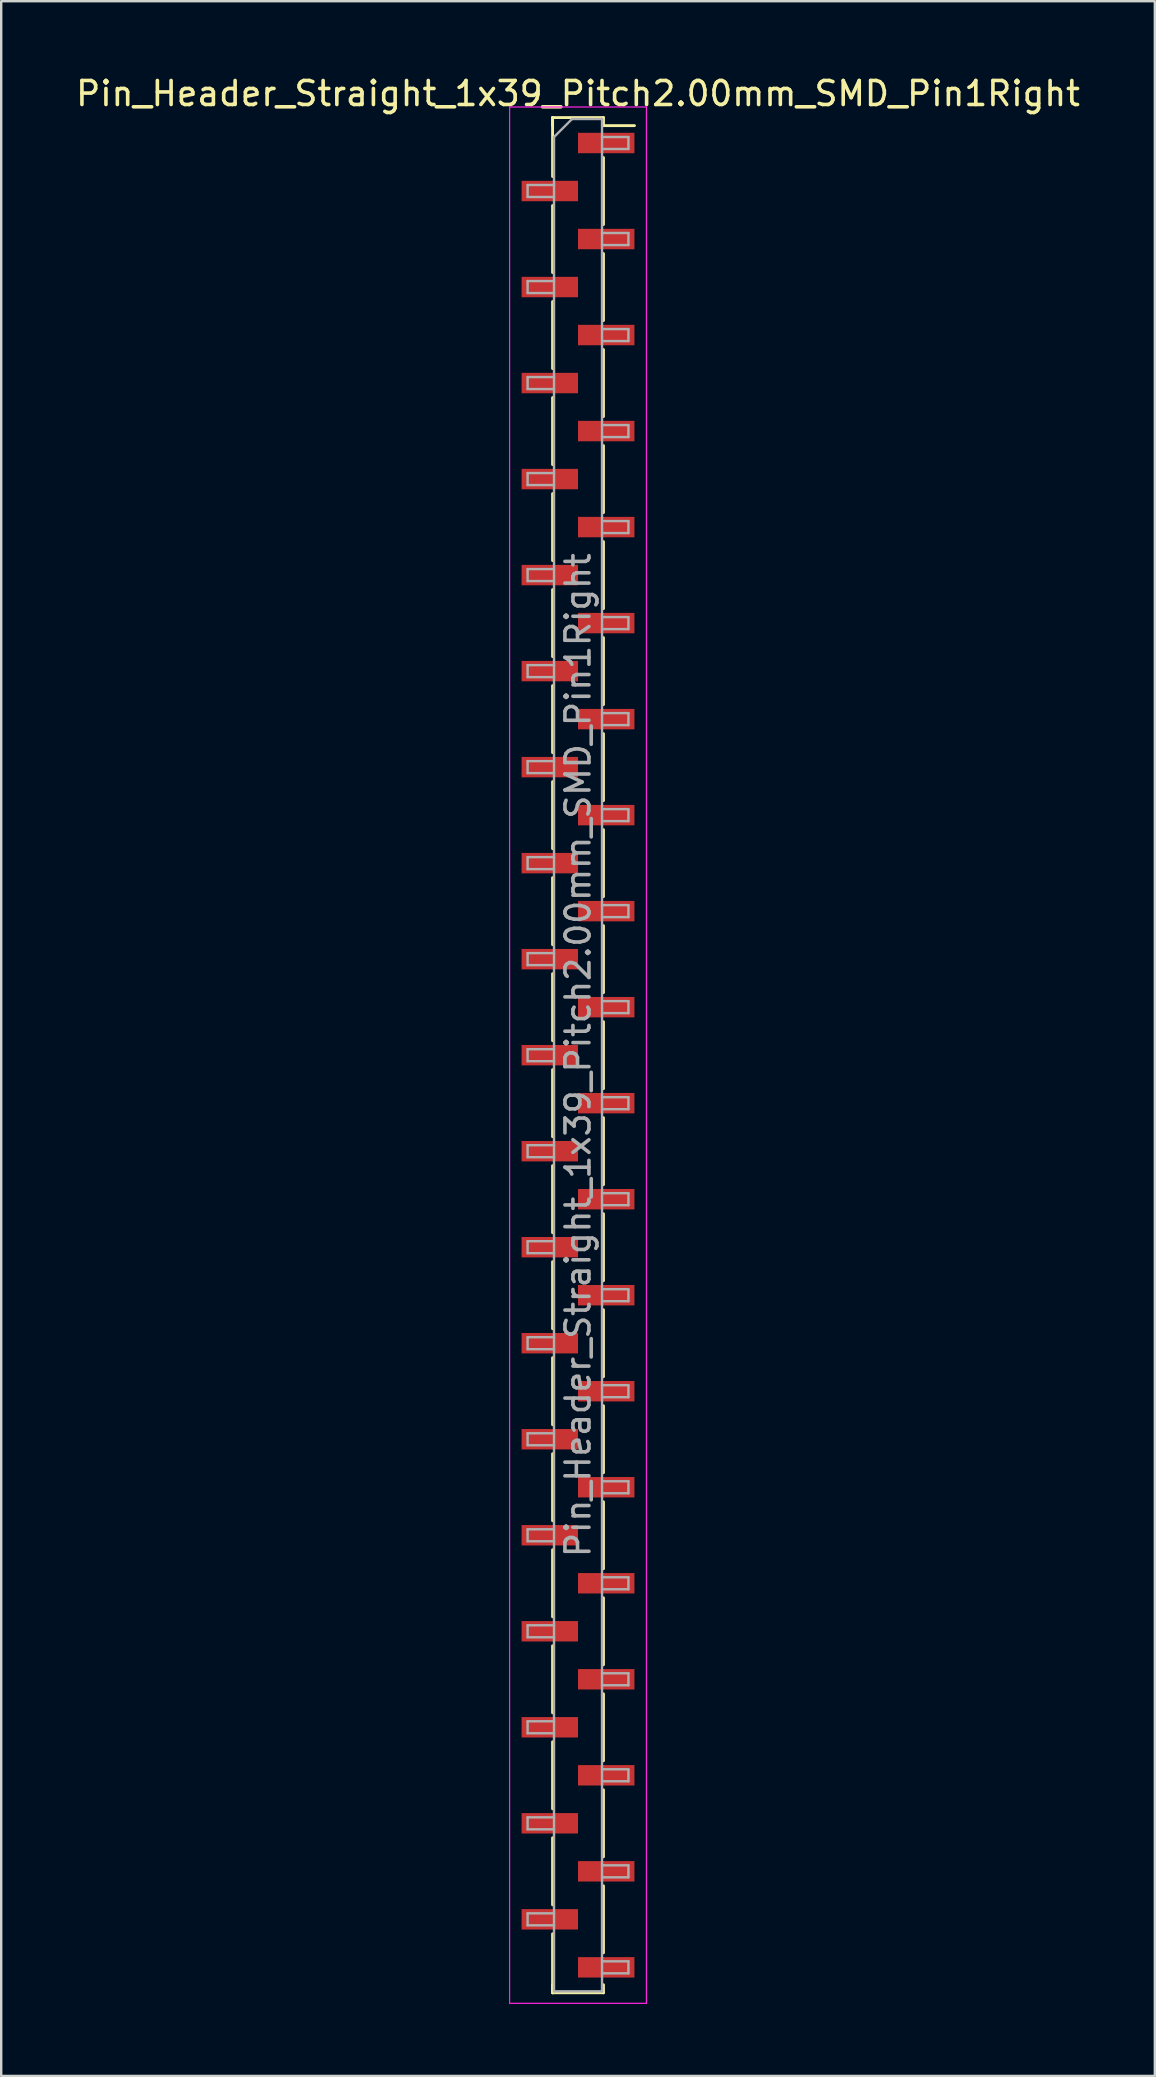
<source format=kicad_pcb>
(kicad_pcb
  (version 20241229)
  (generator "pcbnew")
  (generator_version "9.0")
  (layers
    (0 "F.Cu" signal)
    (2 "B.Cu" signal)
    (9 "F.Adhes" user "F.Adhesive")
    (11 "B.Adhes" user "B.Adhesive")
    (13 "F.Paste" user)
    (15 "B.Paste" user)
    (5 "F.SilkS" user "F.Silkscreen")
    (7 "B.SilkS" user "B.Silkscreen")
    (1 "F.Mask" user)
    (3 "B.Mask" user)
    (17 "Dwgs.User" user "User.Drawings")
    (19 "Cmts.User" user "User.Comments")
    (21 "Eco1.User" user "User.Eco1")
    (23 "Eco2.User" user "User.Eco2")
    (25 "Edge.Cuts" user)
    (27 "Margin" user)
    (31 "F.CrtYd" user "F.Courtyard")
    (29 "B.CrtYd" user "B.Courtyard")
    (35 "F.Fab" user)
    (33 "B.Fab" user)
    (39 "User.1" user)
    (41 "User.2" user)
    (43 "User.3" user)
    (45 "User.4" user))
  (footprint "Pin_Header_Straight_1x39_Pitch2.00mm_SMD_Pin1Right"
    (layer "F.Cu")
    (at 21.03 40.908)
    (property "Reference" "Pin_Header_Straight_1x39_Pitch2.00mm_SMD_Pin1Right" (at 0 -40.06 0) (layer "F.SilkS") (effects (font (size 1 1) (thickness 0.15))))
    (attr smd)
    (fp_line (start -1.06 -39.06) (end -1.06 -36.605) (stroke (width 0.12) (type solid)) (layer "F.SilkS"))
    (fp_line (start -1.06 -39.06) (end 1.06 -39.06) (stroke (width 0.12) (type solid)) (layer "F.SilkS"))
    (fp_line (start -1.06 -38.725) (end -1.06 -39.06) (stroke (width 0.12) (type solid)) (layer "F.SilkS"))
    (fp_line (start -1.06 -35.395) (end -1.06 -32.605) (stroke (width 0.12) (type solid)) (layer "F.SilkS"))
    (fp_line (start -1.06 -31.395) (end -1.06 -28.605) (stroke (width 0.12) (type solid)) (layer "F.SilkS"))
    (fp_line (start -1.06 -27.395) (end -1.06 -24.605) (stroke (width 0.12) (type solid)) (layer "F.SilkS"))
    (fp_line (start -1.06 -23.395) (end -1.06 -20.605) (stroke (width 0.12) (type solid)) (layer "F.SilkS"))
    (fp_line (start -1.06 -19.395) (end -1.06 -16.605) (stroke (width 0.12) (type solid)) (layer "F.SilkS"))
    (fp_line (start -1.06 -15.395) (end -1.06 -12.605) (stroke (width 0.12) (type solid)) (layer "F.SilkS"))
    (fp_line (start -1.06 -11.395) (end -1.06 -8.605) (stroke (width 0.12) (type solid)) (layer "F.SilkS"))
    (fp_line (start -1.06 -7.395) (end -1.06 -4.605) (stroke (width 0.12) (type solid)) (layer "F.SilkS"))
    (fp_line (start -1.06 -3.395) (end -1.06 -0.605) (stroke (width 0.12) (type solid)) (layer "F.SilkS"))
    (fp_line (start -1.06 0.605) (end -1.06 3.395) (stroke (width 0.12) (type solid)) (layer "F.SilkS"))
    (fp_line (start -1.06 4.605) (end -1.06 7.395) (stroke (width 0.12) (type solid)) (layer "F.SilkS"))
    (fp_line (start -1.06 8.605) (end -1.06 11.395) (stroke (width 0.12) (type solid)) (layer "F.SilkS"))
    (fp_line (start -1.06 12.605) (end -1.06 15.395) (stroke (width 0.12) (type solid)) (layer "F.SilkS"))
    (fp_line (start -1.06 16.605) (end -1.06 19.395) (stroke (width 0.12) (type solid)) (layer "F.SilkS"))
    (fp_line (start -1.06 20.605) (end -1.06 23.395) (stroke (width 0.12) (type solid)) (layer "F.SilkS"))
    (fp_line (start -1.06 24.605) (end -1.06 27.395) (stroke (width 0.12) (type solid)) (layer "F.SilkS"))
    (fp_line (start -1.06 28.605) (end -1.06 31.395) (stroke (width 0.12) (type solid)) (layer "F.SilkS"))
    (fp_line (start -1.06 32.605) (end -1.06 35.395) (stroke (width 0.12) (type solid)) (layer "F.SilkS"))
    (fp_line (start -1.06 36.605) (end -1.06 39.06) (stroke (width 0.12) (type solid)) (layer "F.SilkS"))
    (fp_line (start -1.06 38.725) (end -1.06 39.06) (stroke (width 0.12) (type solid)) (layer "F.SilkS"))
    (fp_line (start -1.06 39.06) (end 1.06 39.06) (stroke (width 0.12) (type solid)) (layer "F.SilkS"))
    (fp_line (start 1.06 -39.06) (end 1.06 -38.725) (stroke (width 0.12) (type solid)) (layer "F.SilkS"))
    (fp_line (start 1.06 -38.725) (end 2.35 -38.725) (stroke (width 0.12) (type solid)) (layer "F.SilkS"))
    (fp_line (start 1.06 -37.395) (end 1.06 -34.605) (stroke (width 0.12) (type solid)) (layer "F.SilkS"))
    (fp_line (start 1.06 -33.395) (end 1.06 -30.605) (stroke (width 0.12) (type solid)) (layer "F.SilkS"))
    (fp_line (start 1.06 -29.395) (end 1.06 -26.605) (stroke (width 0.12) (type solid)) (layer "F.SilkS"))
    (fp_line (start 1.06 -25.395) (end 1.06 -22.605) (stroke (width 0.12) (type solid)) (layer "F.SilkS"))
    (fp_line (start 1.06 -21.395) (end 1.06 -18.605) (stroke (width 0.12) (type solid)) (layer "F.SilkS"))
    (fp_line (start 1.06 -17.395) (end 1.06 -14.605) (stroke (width 0.12) (type solid)) (layer "F.SilkS"))
    (fp_line (start 1.06 -13.395) (end 1.06 -10.605) (stroke (width 0.12) (type solid)) (layer "F.SilkS"))
    (fp_line (start 1.06 -9.395) (end 1.06 -6.605) (stroke (width 0.12) (type solid)) (layer "F.SilkS"))
    (fp_line (start 1.06 -5.395) (end 1.06 -2.605) (stroke (width 0.12) (type solid)) (layer "F.SilkS"))
    (fp_line (start 1.06 -1.395) (end 1.06 1.395) (stroke (width 0.12) (type solid)) (layer "F.SilkS"))
    (fp_line (start 1.06 2.605) (end 1.06 5.395) (stroke (width 0.12) (type solid)) (layer "F.SilkS"))
    (fp_line (start 1.06 6.605) (end 1.06 9.395) (stroke (width 0.12) (type solid)) (layer "F.SilkS"))
    (fp_line (start 1.06 10.605) (end 1.06 13.395) (stroke (width 0.12) (type solid)) (layer "F.SilkS"))
    (fp_line (start 1.06 14.605) (end 1.06 17.395) (stroke (width 0.12) (type solid)) (layer "F.SilkS"))
    (fp_line (start 1.06 18.605) (end 1.06 21.395) (stroke (width 0.12) (type solid)) (layer "F.SilkS"))
    (fp_line (start 1.06 22.605) (end 1.06 25.395) (stroke (width 0.12) (type solid)) (layer "F.SilkS"))
    (fp_line (start 1.06 26.605) (end 1.06 29.395) (stroke (width 0.12) (type solid)) (layer "F.SilkS"))
    (fp_line (start 1.06 30.605) (end 1.06 33.395) (stroke (width 0.12) (type solid)) (layer "F.SilkS"))
    (fp_line (start 1.06 34.605) (end 1.06 37.395) (stroke (width 0.12) (type solid)) (layer "F.SilkS"))
    (fp_line (start 1.06 39.06) (end 1.06 38.725) (stroke (width 0.12) (type solid)) (layer "F.SilkS"))
    (fp_line (start -2.85 -39.5) (end -2.85 39.5) (stroke (width 0.05) (type solid)) (layer "F.CrtYd"))
    (fp_line (start -2.85 39.5) (end 2.85 39.5) (stroke (width 0.05) (type solid)) (layer "F.CrtYd"))
    (fp_line (start 2.85 -39.5) (end -2.85 -39.5) (stroke (width 0.05) (type solid)) (layer "F.CrtYd"))
    (fp_line (start 2.85 39.5) (end 2.85 -39.5) (stroke (width 0.05) (type solid)) (layer "F.CrtYd"))
    (fp_line (start -2.1 -36.25) (end -2.1 -35.75) (stroke (width 0.1) (type solid)) (layer "F.Fab"))
    (fp_line (start -2.1 -35.75) (end -1 -35.75) (stroke (width 0.1) (type solid)) (layer "F.Fab"))
    (fp_line (start -2.1 -32.25) (end -2.1 -31.75) (stroke (width 0.1) (type solid)) (layer "F.Fab"))
    (fp_line (start -2.1 -31.75) (end -1 -31.75) (stroke (width 0.1) (type solid)) (layer "F.Fab"))
    (fp_line (start -2.1 -28.25) (end -2.1 -27.75) (stroke (width 0.1) (type solid)) (layer "F.Fab"))
    (fp_line (start -2.1 -27.75) (end -1 -27.75) (stroke (width 0.1) (type solid)) (layer "F.Fab"))
    (fp_line (start -2.1 -24.25) (end -2.1 -23.75) (stroke (width 0.1) (type solid)) (layer "F.Fab"))
    (fp_line (start -2.1 -23.75) (end -1 -23.75) (stroke (width 0.1) (type solid)) (layer "F.Fab"))
    (fp_line (start -2.1 -20.25) (end -2.1 -19.75) (stroke (width 0.1) (type solid)) (layer "F.Fab"))
    (fp_line (start -2.1 -19.75) (end -1 -19.75) (stroke (width 0.1) (type solid)) (layer "F.Fab"))
    (fp_line (start -2.1 -16.25) (end -2.1 -15.75) (stroke (width 0.1) (type solid)) (layer "F.Fab"))
    (fp_line (start -2.1 -15.75) (end -1 -15.75) (stroke (width 0.1) (type solid)) (layer "F.Fab"))
    (fp_line (start -2.1 -12.25) (end -2.1 -11.75) (stroke (width 0.1) (type solid)) (layer "F.Fab"))
    (fp_line (start -2.1 -11.75) (end -1 -11.75) (stroke (width 0.1) (type solid)) (layer "F.Fab"))
    (fp_line (start -2.1 -8.25) (end -2.1 -7.75) (stroke (width 0.1) (type solid)) (layer "F.Fab"))
    (fp_line (start -2.1 -7.75) (end -1 -7.75) (stroke (width 0.1) (type solid)) (layer "F.Fab"))
    (fp_line (start -2.1 -4.25) (end -2.1 -3.75) (stroke (width 0.1) (type solid)) (layer "F.Fab"))
    (fp_line (start -2.1 -3.75) (end -1 -3.75) (stroke (width 0.1) (type solid)) (layer "F.Fab"))
    (fp_line (start -2.1 -0.25) (end -2.1 0.25) (stroke (width 0.1) (type solid)) (layer "F.Fab"))
    (fp_line (start -2.1 0.25) (end -1 0.25) (stroke (width 0.1) (type solid)) (layer "F.Fab"))
    (fp_line (start -2.1 3.75) (end -2.1 4.25) (stroke (width 0.1) (type solid)) (layer "F.Fab"))
    (fp_line (start -2.1 4.25) (end -1 4.25) (stroke (width 0.1) (type solid)) (layer "F.Fab"))
    (fp_line (start -2.1 7.75) (end -2.1 8.25) (stroke (width 0.1) (type solid)) (layer "F.Fab"))
    (fp_line (start -2.1 8.25) (end -1 8.25) (stroke (width 0.1) (type solid)) (layer "F.Fab"))
    (fp_line (start -2.1 11.75) (end -2.1 12.25) (stroke (width 0.1) (type solid)) (layer "F.Fab"))
    (fp_line (start -2.1 12.25) (end -1 12.25) (stroke (width 0.1) (type solid)) (layer "F.Fab"))
    (fp_line (start -2.1 15.75) (end -2.1 16.25) (stroke (width 0.1) (type solid)) (layer "F.Fab"))
    (fp_line (start -2.1 16.25) (end -1 16.25) (stroke (width 0.1) (type solid)) (layer "F.Fab"))
    (fp_line (start -2.1 19.75) (end -2.1 20.25) (stroke (width 0.1) (type solid)) (layer "F.Fab"))
    (fp_line (start -2.1 20.25) (end -1 20.25) (stroke (width 0.1) (type solid)) (layer "F.Fab"))
    (fp_line (start -2.1 23.75) (end -2.1 24.25) (stroke (width 0.1) (type solid)) (layer "F.Fab"))
    (fp_line (start -2.1 24.25) (end -1 24.25) (stroke (width 0.1) (type solid)) (layer "F.Fab"))
    (fp_line (start -2.1 27.75) (end -2.1 28.25) (stroke (width 0.1) (type solid)) (layer "F.Fab"))
    (fp_line (start -2.1 28.25) (end -1 28.25) (stroke (width 0.1) (type solid)) (layer "F.Fab"))
    (fp_line (start -2.1 31.75) (end -2.1 32.25) (stroke (width 0.1) (type solid)) (layer "F.Fab"))
    (fp_line (start -2.1 32.25) (end -1 32.25) (stroke (width 0.1) (type solid)) (layer "F.Fab"))
    (fp_line (start -2.1 35.75) (end -2.1 36.25) (stroke (width 0.1) (type solid)) (layer "F.Fab"))
    (fp_line (start -2.1 36.25) (end -1 36.25) (stroke (width 0.1) (type solid)) (layer "F.Fab"))
    (fp_line (start -1 -38.25) (end -0.25 -39) (stroke (width 0.1) (type solid)) (layer "F.Fab"))
    (fp_line (start -1 -36.25) (end -2.1 -36.25) (stroke (width 0.1) (type solid)) (layer "F.Fab"))
    (fp_line (start -1 -32.25) (end -2.1 -32.25) (stroke (width 0.1) (type solid)) (layer "F.Fab"))
    (fp_line (start -1 -28.25) (end -2.1 -28.25) (stroke (width 0.1) (type solid)) (layer "F.Fab"))
    (fp_line (start -1 -24.25) (end -2.1 -24.25) (stroke (width 0.1) (type solid)) (layer "F.Fab"))
    (fp_line (start -1 -20.25) (end -2.1 -20.25) (stroke (width 0.1) (type solid)) (layer "F.Fab"))
    (fp_line (start -1 -16.25) (end -2.1 -16.25) (stroke (width 0.1) (type solid)) (layer "F.Fab"))
    (fp_line (start -1 -12.25) (end -2.1 -12.25) (stroke (width 0.1) (type solid)) (layer "F.Fab"))
    (fp_line (start -1 -8.25) (end -2.1 -8.25) (stroke (width 0.1) (type solid)) (layer "F.Fab"))
    (fp_line (start -1 -4.25) (end -2.1 -4.25) (stroke (width 0.1) (type solid)) (layer "F.Fab"))
    (fp_line (start -1 -0.25) (end -2.1 -0.25) (stroke (width 0.1) (type solid)) (layer "F.Fab"))
    (fp_line (start -1 3.75) (end -2.1 3.75) (stroke (width 0.1) (type solid)) (layer "F.Fab"))
    (fp_line (start -1 7.75) (end -2.1 7.75) (stroke (width 0.1) (type solid)) (layer "F.Fab"))
    (fp_line (start -1 11.75) (end -2.1 11.75) (stroke (width 0.1) (type solid)) (layer "F.Fab"))
    (fp_line (start -1 15.75) (end -2.1 15.75) (stroke (width 0.1) (type solid)) (layer "F.Fab"))
    (fp_line (start -1 19.75) (end -2.1 19.75) (stroke (width 0.1) (type solid)) (layer "F.Fab"))
    (fp_line (start -1 23.75) (end -2.1 23.75) (stroke (width 0.1) (type solid)) (layer "F.Fab"))
    (fp_line (start -1 27.75) (end -2.1 27.75) (stroke (width 0.1) (type solid)) (layer "F.Fab"))
    (fp_line (start -1 31.75) (end -2.1 31.75) (stroke (width 0.1) (type solid)) (layer "F.Fab"))
    (fp_line (start -1 35.75) (end -2.1 35.75) (stroke (width 0.1) (type solid)) (layer "F.Fab"))
    (fp_line (start -1 39) (end -1 -38.25) (stroke (width 0.1) (type solid)) (layer "F.Fab"))
    (fp_line (start -0.25 -39) (end 1 -39) (stroke (width 0.1) (type solid)) (layer "F.Fab"))
    (fp_line (start 1 -39) (end 1 39) (stroke (width 0.1) (type solid)) (layer "F.Fab"))
    (fp_line (start 1 -38.25) (end 2.1 -38.25) (stroke (width 0.1) (type solid)) (layer "F.Fab"))
    (fp_line (start 1 -34.25) (end 2.1 -34.25) (stroke (width 0.1) (type solid)) (layer "F.Fab"))
    (fp_line (start 1 -30.25) (end 2.1 -30.25) (stroke (width 0.1) (type solid)) (layer "F.Fab"))
    (fp_line (start 1 -26.25) (end 2.1 -26.25) (stroke (width 0.1) (type solid)) (layer "F.Fab"))
    (fp_line (start 1 -22.25) (end 2.1 -22.25) (stroke (width 0.1) (type solid)) (layer "F.Fab"))
    (fp_line (start 1 -18.25) (end 2.1 -18.25) (stroke (width 0.1) (type solid)) (layer "F.Fab"))
    (fp_line (start 1 -14.25) (end 2.1 -14.25) (stroke (width 0.1) (type solid)) (layer "F.Fab"))
    (fp_line (start 1 -10.25) (end 2.1 -10.25) (stroke (width 0.1) (type solid)) (layer "F.Fab"))
    (fp_line (start 1 -6.25) (end 2.1 -6.25) (stroke (width 0.1) (type solid)) (layer "F.Fab"))
    (fp_line (start 1 -2.25) (end 2.1 -2.25) (stroke (width 0.1) (type solid)) (layer "F.Fab"))
    (fp_line (start 1 1.75) (end 2.1 1.75) (stroke (width 0.1) (type solid)) (layer "F.Fab"))
    (fp_line (start 1 5.75) (end 2.1 5.75) (stroke (width 0.1) (type solid)) (layer "F.Fab"))
    (fp_line (start 1 9.75) (end 2.1 9.75) (stroke (width 0.1) (type solid)) (layer "F.Fab"))
    (fp_line (start 1 13.75) (end 2.1 13.75) (stroke (width 0.1) (type solid)) (layer "F.Fab"))
    (fp_line (start 1 17.75) (end 2.1 17.75) (stroke (width 0.1) (type solid)) (layer "F.Fab"))
    (fp_line (start 1 21.75) (end 2.1 21.75) (stroke (width 0.1) (type solid)) (layer "F.Fab"))
    (fp_line (start 1 25.75) (end 2.1 25.75) (stroke (width 0.1) (type solid)) (layer "F.Fab"))
    (fp_line (start 1 29.75) (end 2.1 29.75) (stroke (width 0.1) (type solid)) (layer "F.Fab"))
    (fp_line (start 1 33.75) (end 2.1 33.75) (stroke (width 0.1) (type solid)) (layer "F.Fab"))
    (fp_line (start 1 37.75) (end 2.1 37.75) (stroke (width 0.1) (type solid)) (layer "F.Fab"))
    (fp_line (start 1 39) (end -1 39) (stroke (width 0.1) (type solid)) (layer "F.Fab"))
    (fp_line (start 2.1 -38.25) (end 2.1 -37.75) (stroke (width 0.1) (type solid)) (layer "F.Fab"))
    (fp_line (start 2.1 -37.75) (end 1 -37.75) (stroke (width 0.1) (type solid)) (layer "F.Fab"))
    (fp_line (start 2.1 -34.25) (end 2.1 -33.75) (stroke (width 0.1) (type solid)) (layer "F.Fab"))
    (fp_line (start 2.1 -33.75) (end 1 -33.75) (stroke (width 0.1) (type solid)) (layer "F.Fab"))
    (fp_line (start 2.1 -30.25) (end 2.1 -29.75) (stroke (width 0.1) (type solid)) (layer "F.Fab"))
    (fp_line (start 2.1 -29.75) (end 1 -29.75) (stroke (width 0.1) (type solid)) (layer "F.Fab"))
    (fp_line (start 2.1 -26.25) (end 2.1 -25.75) (stroke (width 0.1) (type solid)) (layer "F.Fab"))
    (fp_line (start 2.1 -25.75) (end 1 -25.75) (stroke (width 0.1) (type solid)) (layer "F.Fab"))
    (fp_line (start 2.1 -22.25) (end 2.1 -21.75) (stroke (width 0.1) (type solid)) (layer "F.Fab"))
    (fp_line (start 2.1 -21.75) (end 1 -21.75) (stroke (width 0.1) (type solid)) (layer "F.Fab"))
    (fp_line (start 2.1 -18.25) (end 2.1 -17.75) (stroke (width 0.1) (type solid)) (layer "F.Fab"))
    (fp_line (start 2.1 -17.75) (end 1 -17.75) (stroke (width 0.1) (type solid)) (layer "F.Fab"))
    (fp_line (start 2.1 -14.25) (end 2.1 -13.75) (stroke (width 0.1) (type solid)) (layer "F.Fab"))
    (fp_line (start 2.1 -13.75) (end 1 -13.75) (stroke (width 0.1) (type solid)) (layer "F.Fab"))
    (fp_line (start 2.1 -10.25) (end 2.1 -9.75) (stroke (width 0.1) (type solid)) (layer "F.Fab"))
    (fp_line (start 2.1 -9.75) (end 1 -9.75) (stroke (width 0.1) (type solid)) (layer "F.Fab"))
    (fp_line (start 2.1 -6.25) (end 2.1 -5.75) (stroke (width 0.1) (type solid)) (layer "F.Fab"))
    (fp_line (start 2.1 -5.75) (end 1 -5.75) (stroke (width 0.1) (type solid)) (layer "F.Fab"))
    (fp_line (start 2.1 -2.25) (end 2.1 -1.75) (stroke (width 0.1) (type solid)) (layer "F.Fab"))
    (fp_line (start 2.1 -1.75) (end 1 -1.75) (stroke (width 0.1) (type solid)) (layer "F.Fab"))
    (fp_line (start 2.1 1.75) (end 2.1 2.25) (stroke (width 0.1) (type solid)) (layer "F.Fab"))
    (fp_line (start 2.1 2.25) (end 1 2.25) (stroke (width 0.1) (type solid)) (layer "F.Fab"))
    (fp_line (start 2.1 5.75) (end 2.1 6.25) (stroke (width 0.1) (type solid)) (layer "F.Fab"))
    (fp_line (start 2.1 6.25) (end 1 6.25) (stroke (width 0.1) (type solid)) (layer "F.Fab"))
    (fp_line (start 2.1 9.75) (end 2.1 10.25) (stroke (width 0.1) (type solid)) (layer "F.Fab"))
    (fp_line (start 2.1 10.25) (end 1 10.25) (stroke (width 0.1) (type solid)) (layer "F.Fab"))
    (fp_line (start 2.1 13.75) (end 2.1 14.25) (stroke (width 0.1) (type solid)) (layer "F.Fab"))
    (fp_line (start 2.1 14.25) (end 1 14.25) (stroke (width 0.1) (type solid)) (layer "F.Fab"))
    (fp_line (start 2.1 17.75) (end 2.1 18.25) (stroke (width 0.1) (type solid)) (layer "F.Fab"))
    (fp_line (start 2.1 18.25) (end 1 18.25) (stroke (width 0.1) (type solid)) (layer "F.Fab"))
    (fp_line (start 2.1 21.75) (end 2.1 22.25) (stroke (width 0.1) (type solid)) (layer "F.Fab"))
    (fp_line (start 2.1 22.25) (end 1 22.25) (stroke (width 0.1) (type solid)) (layer "F.Fab"))
    (fp_line (start 2.1 25.75) (end 2.1 26.25) (stroke (width 0.1) (type solid)) (layer "F.Fab"))
    (fp_line (start 2.1 26.25) (end 1 26.25) (stroke (width 0.1) (type solid)) (layer "F.Fab"))
    (fp_line (start 2.1 29.75) (end 2.1 30.25) (stroke (width 0.1) (type solid)) (layer "F.Fab"))
    (fp_line (start 2.1 30.25) (end 1 30.25) (stroke (width 0.1) (type solid)) (layer "F.Fab"))
    (fp_line (start 2.1 33.75) (end 2.1 34.25) (stroke (width 0.1) (type solid)) (layer "F.Fab"))
    (fp_line (start 2.1 34.25) (end 1 34.25) (stroke (width 0.1) (type solid)) (layer "F.Fab"))
    (fp_line (start 2.1 37.75) (end 2.1 38.25) (stroke (width 0.1) (type solid)) (layer "F.Fab"))
    (fp_line (start 2.1 38.25) (end 1 38.25) (stroke (width 0.1) (type solid)) (layer "F.Fab"))
    (fp_text user "${REFERENCE}" (at 0 0 90) (layer "F.Fab") (effects (font (size 1 1) (thickness 0.15))))
    (pad "1" smd rect (at 1.175 -38) (size 2.35 0.85) (layers "F.Cu" "F.Mask" "F.Paste"))
    (pad "2" smd rect (at -1.175 -36) (size 2.35 0.85) (layers "F.Cu" "F.Mask" "F.Paste"))
    (pad "3" smd rect (at 1.175 -34) (size 2.35 0.85) (layers "F.Cu" "F.Mask" "F.Paste"))
    (pad "4" smd rect (at -1.175 -32) (size 2.35 0.85) (layers "F.Cu" "F.Mask" "F.Paste"))
    (pad "5" smd rect (at 1.175 -30) (size 2.35 0.85) (layers "F.Cu" "F.Mask" "F.Paste"))
    (pad "6" smd rect (at -1.175 -28) (size 2.35 0.85) (layers "F.Cu" "F.Mask" "F.Paste"))
    (pad "7" smd rect (at 1.175 -26) (size 2.35 0.85) (layers "F.Cu" "F.Mask" "F.Paste"))
    (pad "8" smd rect (at -1.175 -24) (size 2.35 0.85) (layers "F.Cu" "F.Mask" "F.Paste"))
    (pad "9" smd rect (at 1.175 -22) (size 2.35 0.85) (layers "F.Cu" "F.Mask" "F.Paste"))
    (pad "10" smd rect (at -1.175 -20) (size 2.35 0.85) (layers "F.Cu" "F.Mask" "F.Paste"))
    (pad "11" smd rect (at 1.175 -18) (size 2.35 0.85) (layers "F.Cu" "F.Mask" "F.Paste"))
    (pad "12" smd rect (at -1.175 -16) (size 2.35 0.85) (layers "F.Cu" "F.Mask" "F.Paste"))
    (pad "13" smd rect (at 1.175 -14) (size 2.35 0.85) (layers "F.Cu" "F.Mask" "F.Paste"))
    (pad "14" smd rect (at -1.175 -12) (size 2.35 0.85) (layers "F.Cu" "F.Mask" "F.Paste"))
    (pad "15" smd rect (at 1.175 -10) (size 2.35 0.85) (layers "F.Cu" "F.Mask" "F.Paste"))
    (pad "16" smd rect (at -1.175 -8) (size 2.35 0.85) (layers "F.Cu" "F.Mask" "F.Paste"))
    (pad "17" smd rect (at 1.175 -6) (size 2.35 0.85) (layers "F.Cu" "F.Mask" "F.Paste"))
    (pad "18" smd rect (at -1.175 -4) (size 2.35 0.85) (layers "F.Cu" "F.Mask" "F.Paste"))
    (pad "19" smd rect (at 1.175 -2) (size 2.35 0.85) (layers "F.Cu" "F.Mask" "F.Paste"))
    (pad "20" smd rect (at -1.175 0) (size 2.35 0.85) (layers "F.Cu" "F.Mask" "F.Paste"))
    (pad "21" smd rect (at 1.175 2) (size 2.35 0.85) (layers "F.Cu" "F.Mask" "F.Paste"))
    (pad "22" smd rect (at -1.175 4) (size 2.35 0.85) (layers "F.Cu" "F.Mask" "F.Paste"))
    (pad "23" smd rect (at 1.175 6) (size 2.35 0.85) (layers "F.Cu" "F.Mask" "F.Paste"))
    (pad "24" smd rect (at -1.175 8) (size 2.35 0.85) (layers "F.Cu" "F.Mask" "F.Paste"))
    (pad "25" smd rect (at 1.175 10) (size 2.35 0.85) (layers "F.Cu" "F.Mask" "F.Paste"))
    (pad "26" smd rect (at -1.175 12) (size 2.35 0.85) (layers "F.Cu" "F.Mask" "F.Paste"))
    (pad "27" smd rect (at 1.175 14) (size 2.35 0.85) (layers "F.Cu" "F.Mask" "F.Paste"))
    (pad "28" smd rect (at -1.175 16) (size 2.35 0.85) (layers "F.Cu" "F.Mask" "F.Paste"))
    (pad "29" smd rect (at 1.175 18) (size 2.35 0.85) (layers "F.Cu" "F.Mask" "F.Paste"))
    (pad "30" smd rect (at -1.175 20) (size 2.35 0.85) (layers "F.Cu" "F.Mask" "F.Paste"))
    (pad "31" smd rect (at 1.175 22) (size 2.35 0.85) (layers "F.Cu" "F.Mask" "F.Paste"))
    (pad "32" smd rect (at -1.175 24) (size 2.35 0.85) (layers "F.Cu" "F.Mask" "F.Paste"))
    (pad "33" smd rect (at 1.175 26) (size 2.35 0.85) (layers "F.Cu" "F.Mask" "F.Paste"))
    (pad "34" smd rect (at -1.175 28) (size 2.35 0.85) (layers "F.Cu" "F.Mask" "F.Paste"))
    (pad "35" smd rect (at 1.175 30) (size 2.35 0.85) (layers "F.Cu" "F.Mask" "F.Paste"))
    (pad "36" smd rect (at -1.175 32) (size 2.35 0.85) (layers "F.Cu" "F.Mask" "F.Paste"))
    (pad "37" smd rect (at 1.175 34) (size 2.35 0.85) (layers "F.Cu" "F.Mask" "F.Paste"))
    (pad "38" smd rect (at -1.175 36) (size 2.35 0.85) (layers "F.Cu" "F.Mask" "F.Paste"))
    (pad "39" smd rect (at 1.175 38) (size 2.35 0.85) (layers "F.Cu" "F.Mask" "F.Paste")))
  (gr_rect
    (start -3 -3)
    (end 45.06 83.433)
    (stroke (width 0.1) (type default))
    (fill no)
    (layer "Edge.Cuts")))
</source>
